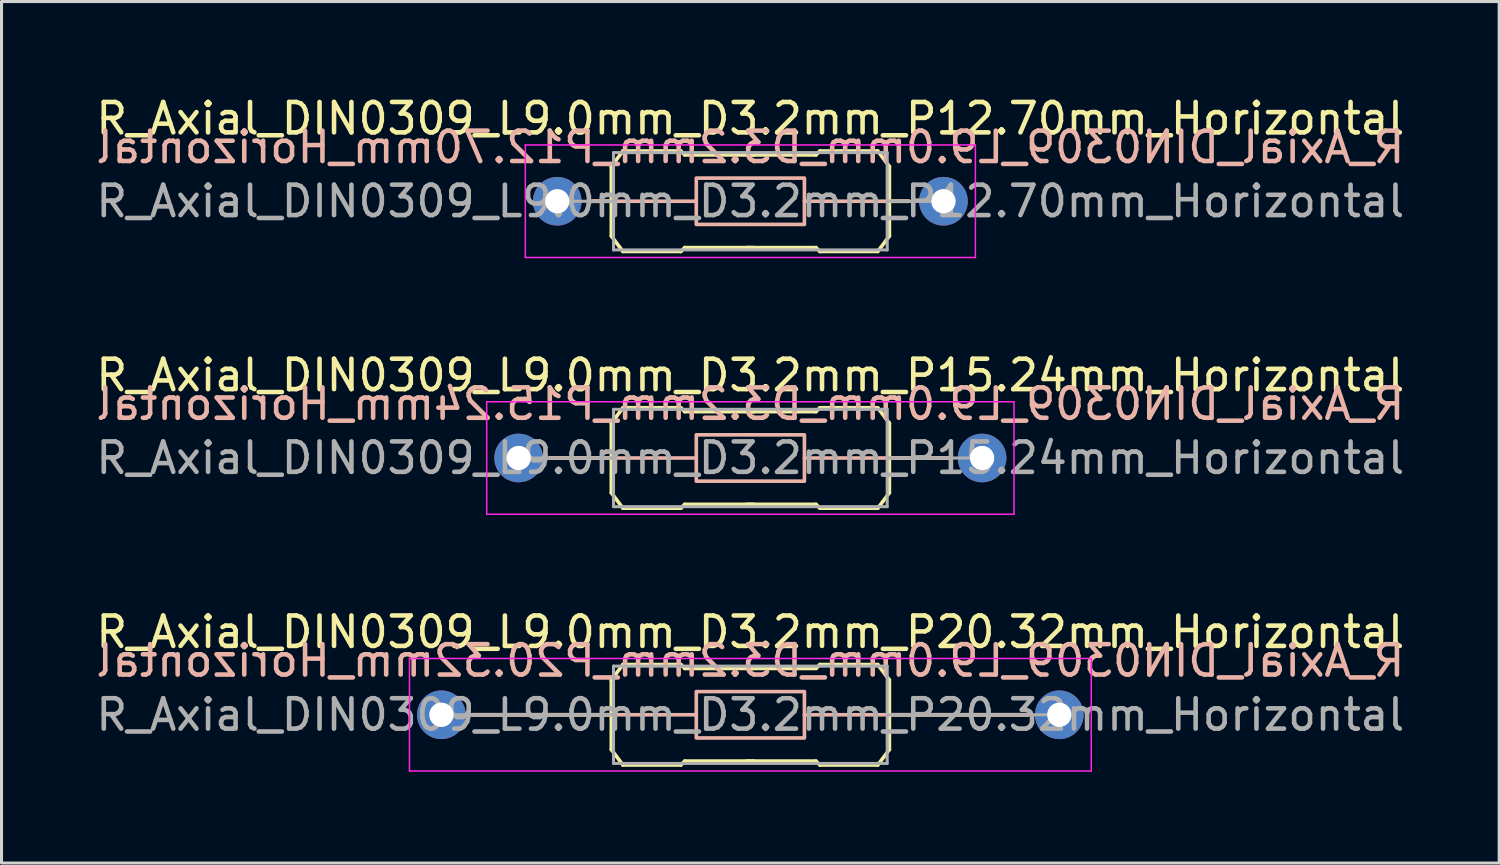
<source format=kicad_pcb>
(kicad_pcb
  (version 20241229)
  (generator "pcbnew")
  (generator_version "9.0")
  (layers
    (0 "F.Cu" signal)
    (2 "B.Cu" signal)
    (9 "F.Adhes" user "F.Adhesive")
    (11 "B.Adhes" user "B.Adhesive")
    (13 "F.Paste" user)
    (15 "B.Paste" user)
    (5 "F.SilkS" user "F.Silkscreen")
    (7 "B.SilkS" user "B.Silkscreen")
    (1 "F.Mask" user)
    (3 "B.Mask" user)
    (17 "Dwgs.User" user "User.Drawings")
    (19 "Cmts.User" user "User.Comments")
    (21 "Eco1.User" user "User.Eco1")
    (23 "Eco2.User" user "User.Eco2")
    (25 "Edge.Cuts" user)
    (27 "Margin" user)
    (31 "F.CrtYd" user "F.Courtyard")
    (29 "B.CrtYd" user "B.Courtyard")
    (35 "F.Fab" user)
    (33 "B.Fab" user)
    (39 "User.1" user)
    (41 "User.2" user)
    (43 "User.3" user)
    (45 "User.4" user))
  (footprint "R_Axial_DIN0309_L9.0mm_D3.2mm_P20.32mm_Horizontal"
    (layer "F.Cu")
    (at 11.465 20.455)
    (property "Reference" "R_Axial_DIN0309_L9.0mm_D3.2mm_P20.32mm_Horizontal" (at 10.16 -2.72 0) (layer "F.SilkS") (effects (font (size 1 1) (thickness 0.15))))
    (fp_line (start 5.588 -1.143) (end 5.969 -1.651) (stroke (width 0.12) (type solid)) (layer "F.SilkS"))
    (fp_line (start 5.588 0) (end 1.016 0) (stroke (width 0.12) (type solid)) (layer "F.SilkS"))
    (fp_line (start 5.588 1.143) (end 5.588 -1.143) (stroke (width 0.12) (type solid)) (layer "F.SilkS"))
    (fp_line (start 5.588 1.143) (end 5.969 1.651) (stroke (width 0.12) (type solid)) (layer "F.SilkS"))
    (fp_line (start 5.969 -1.651) (end 7.874 -1.651) (stroke (width 0.12) (type solid)) (layer "F.SilkS"))
    (fp_line (start 5.969 1.651) (end 7.874 1.651) (stroke (width 0.12) (type solid)) (layer "F.SilkS"))
    (fp_line (start 7.874 -1.651) (end 8.001 -1.524) (stroke (width 0.12) (type solid)) (layer "F.SilkS"))
    (fp_line (start 7.874 1.651) (end 8.001 1.524) (stroke (width 0.12) (type solid)) (layer "F.SilkS"))
    (fp_line (start 8.001 -1.524) (end 10.287 -1.524) (stroke (width 0.12) (type solid)) (layer "F.SilkS"))
    (fp_line (start 8.001 1.524) (end 10.287 1.524) (stroke (width 0.12) (type solid)) (layer "F.SilkS"))
    (fp_line (start 12.319 -1.524) (end 10.033 -1.524) (stroke (width 0.12) (type solid)) (layer "F.SilkS"))
    (fp_line (start 12.319 1.524) (end 10.033 1.524) (stroke (width 0.12) (type solid)) (layer "F.SilkS"))
    (fp_line (start 12.446 -1.651) (end 12.319 -1.524) (stroke (width 0.12) (type solid)) (layer "F.SilkS"))
    (fp_line (start 12.446 1.651) (end 12.319 1.524) (stroke (width 0.12) (type solid)) (layer "F.SilkS"))
    (fp_line (start 14.351 -1.651) (end 12.446 -1.651) (stroke (width 0.12) (type solid)) (layer "F.SilkS"))
    (fp_line (start 14.351 1.651) (end 12.446 1.651) (stroke (width 0.12) (type solid)) (layer "F.SilkS"))
    (fp_line (start 14.732 -1.143) (end 14.351 -1.651) (stroke (width 0.12) (type solid)) (layer "F.SilkS"))
    (fp_line (start 14.732 0) (end 19.304 0) (stroke (width 0.12) (type solid)) (layer "F.SilkS"))
    (fp_line (start 14.732 1.143) (end 14.351 1.651) (stroke (width 0.12) (type solid)) (layer "F.SilkS"))
    (fp_line (start 14.732 1.143) (end 14.732 -1.143) (stroke (width 0.12) (type solid)) (layer "F.SilkS"))
    (fp_line (start 8.382 0) (end 1.016 0) (stroke (width 0.12) (type solid)) (layer "B.SilkS"))
    (fp_line (start 11.938 0) (end 19.304 0) (stroke (width 0.12) (type solid)) (layer "B.SilkS"))
    (fp_rect (start 8.382 -0.762) (end 11.938 0.762) (stroke (width 0.12) (type solid)) (fill no) (layer "B.SilkS"))
    (fp_line (start -1.05 -1.85) (end -1.05 1.85) (stroke (width 0.05) (type solid)) (layer "F.CrtYd"))
    (fp_line (start -1.05 1.85) (end 21.37 1.85) (stroke (width 0.05) (type solid)) (layer "F.CrtYd"))
    (fp_line (start 21.37 -1.85) (end -1.05 -1.85) (stroke (width 0.05) (type solid)) (layer "F.CrtYd"))
    (fp_line (start 21.37 1.85) (end 21.37 -1.85) (stroke (width 0.05) (type solid)) (layer "F.CrtYd"))
    (fp_line (start 0 0) (end 5.66 0) (stroke (width 0.1) (type solid)) (layer "F.Fab"))
    (fp_line (start 5.66 -1.6) (end 5.66 1.6) (stroke (width 0.1) (type solid)) (layer "F.Fab"))
    (fp_line (start 5.66 1.6) (end 14.66 1.6) (stroke (width 0.1) (type solid)) (layer "F.Fab"))
    (fp_line (start 14.66 -1.6) (end 5.66 -1.6) (stroke (width 0.1) (type solid)) (layer "F.Fab"))
    (fp_line (start 14.66 1.6) (end 14.66 -1.6) (stroke (width 0.1) (type solid)) (layer "F.Fab"))
    (fp_line (start 20.32 0) (end 14.66 0) (stroke (width 0.1) (type solid)) (layer "F.Fab"))
    (fp_text user "${REFERENCE}" (at 10.16 -1.778 0) (layer "B.SilkS") (effects (font (size 1 1) (thickness 0.15)) (justify mirror)))
    (fp_text user "${REFERENCE}" (at 10.16 0 0) (layer "F.Fab") (effects (font (size 1 1) (thickness 0.15))))
    (pad "1" thru_hole circle (at 0 0) (size 1.6 1.6) (drill 0.8) (layers "*.Cu" "*.Mask"))
    (pad "2" thru_hole oval (at 20.32 0) (size 1.6 1.6) (drill 0.8) (layers "*.Cu" "*.Mask")))
  (footprint "R_Axial_DIN0309_L9.0mm_D3.2mm_P12.70mm_Horizontal"
    (layer "F.Cu")
    (at 15.275 3.568)
    (property "Reference" "R_Axial_DIN0309_L9.0mm_D3.2mm_P12.70mm_Horizontal" (at 6.35 -2.72 0) (layer "F.SilkS") (effects (font (size 1 1) (thickness 0.15))))
    (fp_line (start 1.778 -1.143) (end 2.159 -1.651) (stroke (width 0.12) (type solid)) (layer "F.SilkS"))
    (fp_line (start 1.778 0) (end 1.143 0) (stroke (width 0.12) (type solid)) (layer "F.SilkS"))
    (fp_line (start 1.778 1.143) (end 1.778 -1.143) (stroke (width 0.12) (type solid)) (layer "F.SilkS"))
    (fp_line (start 1.778 1.143) (end 2.159 1.651) (stroke (width 0.12) (type solid)) (layer "F.SilkS"))
    (fp_line (start 2.159 -1.651) (end 4.064 -1.651) (stroke (width 0.12) (type solid)) (layer "F.SilkS"))
    (fp_line (start 2.159 1.651) (end 4.064 1.651) (stroke (width 0.12) (type solid)) (layer "F.SilkS"))
    (fp_line (start 4.064 -1.651) (end 4.191 -1.524) (stroke (width 0.12) (type solid)) (layer "F.SilkS"))
    (fp_line (start 4.064 1.651) (end 4.191 1.524) (stroke (width 0.12) (type solid)) (layer "F.SilkS"))
    (fp_line (start 4.191 -1.524) (end 6.477 -1.524) (stroke (width 0.12) (type solid)) (layer "F.SilkS"))
    (fp_line (start 4.191 1.524) (end 6.477 1.524) (stroke (width 0.12) (type solid)) (layer "F.SilkS"))
    (fp_line (start 8.509 -1.524) (end 6.223 -1.524) (stroke (width 0.12) (type solid)) (layer "F.SilkS"))
    (fp_line (start 8.509 1.524) (end 6.223 1.524) (stroke (width 0.12) (type solid)) (layer "F.SilkS"))
    (fp_line (start 8.636 -1.651) (end 8.509 -1.524) (stroke (width 0.12) (type solid)) (layer "F.SilkS"))
    (fp_line (start 8.636 1.651) (end 8.509 1.524) (stroke (width 0.12) (type solid)) (layer "F.SilkS"))
    (fp_line (start 10.541 -1.651) (end 8.636 -1.651) (stroke (width 0.12) (type solid)) (layer "F.SilkS"))
    (fp_line (start 10.541 1.651) (end 8.636 1.651) (stroke (width 0.12) (type solid)) (layer "F.SilkS"))
    (fp_line (start 10.922 -1.143) (end 10.541 -1.651) (stroke (width 0.12) (type solid)) (layer "F.SilkS"))
    (fp_line (start 10.922 0) (end 11.557 0) (stroke (width 0.12) (type solid)) (layer "F.SilkS"))
    (fp_line (start 10.922 1.143) (end 10.541 1.651) (stroke (width 0.12) (type solid)) (layer "F.SilkS"))
    (fp_line (start 10.922 1.143) (end 10.922 -1.143) (stroke (width 0.12) (type solid)) (layer "F.SilkS"))
    (fp_line (start 4.572 0) (end 1.143 0) (stroke (width 0.12) (type solid)) (layer "B.SilkS"))
    (fp_line (start 8.128 0) (end 11.557 0) (stroke (width 0.12) (type solid)) (layer "B.SilkS"))
    (fp_rect (start 4.572 -0.762) (end 8.128 0.762) (stroke (width 0.12) (type solid)) (fill no) (layer "B.SilkS"))
    (fp_line (start -1.05 -1.85) (end -1.05 1.85) (stroke (width 0.05) (type solid)) (layer "F.CrtYd"))
    (fp_line (start -1.05 1.85) (end 13.75 1.85) (stroke (width 0.05) (type solid)) (layer "F.CrtYd"))
    (fp_line (start 13.75 -1.85) (end -1.05 -1.85) (stroke (width 0.05) (type solid)) (layer "F.CrtYd"))
    (fp_line (start 13.75 1.85) (end 13.75 -1.85) (stroke (width 0.05) (type solid)) (layer "F.CrtYd"))
    (fp_line (start 0 0) (end 1.85 0) (stroke (width 0.1) (type solid)) (layer "F.Fab"))
    (fp_line (start 1.85 -1.6) (end 1.85 1.6) (stroke (width 0.1) (type solid)) (layer "F.Fab"))
    (fp_line (start 1.85 1.6) (end 10.85 1.6) (stroke (width 0.1) (type solid)) (layer "F.Fab"))
    (fp_line (start 10.85 -1.6) (end 1.85 -1.6) (stroke (width 0.1) (type solid)) (layer "F.Fab"))
    (fp_line (start 10.85 1.6) (end 10.85 -1.6) (stroke (width 0.1) (type solid)) (layer "F.Fab"))
    (fp_line (start 12.7 0) (end 10.85 0) (stroke (width 0.1) (type solid)) (layer "F.Fab"))
    (fp_text user "${REFERENCE}" (at 6.35 -1.778 0) (layer "B.SilkS") (effects (font (size 1 1) (thickness 0.15)) (justify mirror)))
    (fp_text user "${REFERENCE}" (at 6.35 0 0) (layer "F.Fab") (effects (font (size 1 1) (thickness 0.15))))
    (pad "1" thru_hole circle (at 0 0) (size 1.6 1.6) (drill 0.8) (layers "*.Cu" "*.Mask"))
    (pad "2" thru_hole oval (at 12.7 0) (size 1.6 1.6) (drill 0.8) (layers "*.Cu" "*.Mask")))
  (footprint "R_Axial_DIN0309_L9.0mm_D3.2mm_P15.24mm_Horizontal"
    (layer "F.Cu")
    (at 14.005 12.011)
    (property "Reference" "R_Axial_DIN0309_L9.0mm_D3.2mm_P15.24mm_Horizontal" (at 7.62 -2.72 0) (layer "F.SilkS") (effects (font (size 1 1) (thickness 0.15))))
    (fp_line (start 3.048 -1.143) (end 3.429 -1.651) (stroke (width 0.12) (type solid)) (layer "F.SilkS"))
    (fp_line (start 3.048 0) (end 1.016 0) (stroke (width 0.12) (type solid)) (layer "F.SilkS"))
    (fp_line (start 3.048 1.143) (end 3.048 -1.143) (stroke (width 0.12) (type solid)) (layer "F.SilkS"))
    (fp_line (start 3.048 1.143) (end 3.429 1.651) (stroke (width 0.12) (type solid)) (layer "F.SilkS"))
    (fp_line (start 3.429 -1.651) (end 5.334 -1.651) (stroke (width 0.12) (type solid)) (layer "F.SilkS"))
    (fp_line (start 3.429 1.651) (end 5.334 1.651) (stroke (width 0.12) (type solid)) (layer "F.SilkS"))
    (fp_line (start 5.334 -1.651) (end 5.461 -1.524) (stroke (width 0.12) (type solid)) (layer "F.SilkS"))
    (fp_line (start 5.334 1.651) (end 5.461 1.524) (stroke (width 0.12) (type solid)) (layer "F.SilkS"))
    (fp_line (start 5.461 -1.524) (end 7.747 -1.524) (stroke (width 0.12) (type solid)) (layer "F.SilkS"))
    (fp_line (start 5.461 1.524) (end 7.747 1.524) (stroke (width 0.12) (type solid)) (layer "F.SilkS"))
    (fp_line (start 9.779 -1.524) (end 7.493 -1.524) (stroke (width 0.12) (type solid)) (layer "F.SilkS"))
    (fp_line (start 9.779 1.524) (end 7.493 1.524) (stroke (width 0.12) (type solid)) (layer "F.SilkS"))
    (fp_line (start 9.906 -1.651) (end 9.779 -1.524) (stroke (width 0.12) (type solid)) (layer "F.SilkS"))
    (fp_line (start 9.906 1.651) (end 9.779 1.524) (stroke (width 0.12) (type solid)) (layer "F.SilkS"))
    (fp_line (start 11.811 -1.651) (end 9.906 -1.651) (stroke (width 0.12) (type solid)) (layer "F.SilkS"))
    (fp_line (start 11.811 1.651) (end 9.906 1.651) (stroke (width 0.12) (type solid)) (layer "F.SilkS"))
    (fp_line (start 12.192 -1.143) (end 11.811 -1.651) (stroke (width 0.12) (type solid)) (layer "F.SilkS"))
    (fp_line (start 12.192 0) (end 14.224 0) (stroke (width 0.12) (type solid)) (layer "F.SilkS"))
    (fp_line (start 12.192 1.143) (end 11.811 1.651) (stroke (width 0.12) (type solid)) (layer "F.SilkS"))
    (fp_line (start 12.192 1.143) (end 12.192 -1.143) (stroke (width 0.12) (type solid)) (layer "F.SilkS"))
    (fp_line (start 5.842 0) (end 1.016 0) (stroke (width 0.12) (type solid)) (layer "B.SilkS"))
    (fp_line (start 9.398 0) (end 14.224 0) (stroke (width 0.12) (type solid)) (layer "B.SilkS"))
    (fp_rect (start 5.842 -0.762) (end 9.398 0.762) (stroke (width 0.12) (type solid)) (fill no) (layer "B.SilkS"))
    (fp_line (start -1.05 -1.85) (end -1.05 1.85) (stroke (width 0.05) (type solid)) (layer "F.CrtYd"))
    (fp_line (start -1.05 1.85) (end 16.29 1.85) (stroke (width 0.05) (type solid)) (layer "F.CrtYd"))
    (fp_line (start 16.29 -1.85) (end -1.05 -1.85) (stroke (width 0.05) (type solid)) (layer "F.CrtYd"))
    (fp_line (start 16.29 1.85) (end 16.29 -1.85) (stroke (width 0.05) (type solid)) (layer "F.CrtYd"))
    (fp_line (start 0 0) (end 3.12 0) (stroke (width 0.1) (type solid)) (layer "F.Fab"))
    (fp_line (start 3.12 -1.6) (end 3.12 1.6) (stroke (width 0.1) (type solid)) (layer "F.Fab"))
    (fp_line (start 3.12 1.6) (end 12.12 1.6) (stroke (width 0.1) (type solid)) (layer "F.Fab"))
    (fp_line (start 12.12 -1.6) (end 3.12 -1.6) (stroke (width 0.1) (type solid)) (layer "F.Fab"))
    (fp_line (start 12.12 1.6) (end 12.12 -1.6) (stroke (width 0.1) (type solid)) (layer "F.Fab"))
    (fp_line (start 15.24 0) (end 12.12 0) (stroke (width 0.1) (type solid)) (layer "F.Fab"))
    (fp_text user "${REFERENCE}" (at 7.62 -1.778 0) (layer "B.SilkS") (effects (font (size 1 1) (thickness 0.15)) (justify mirror)))
    (fp_text user "${REFERENCE}" (at 7.62 0 0) (layer "F.Fab") (effects (font (size 1 1) (thickness 0.15))))
    (pad "1" thru_hole circle (at 0 0) (size 1.6 1.6) (drill 0.8) (layers "*.Cu" "*.Mask"))
    (pad "2" thru_hole oval (at 15.24 0) (size 1.6 1.6) (drill 0.8) (layers "*.Cu" "*.Mask")))
  (gr_rect
    (start -3 -3)
    (end 46.25 25.33)
    (stroke (width 0.1) (type default))
    (fill no)
    (layer "Edge.Cuts")))
</source>
